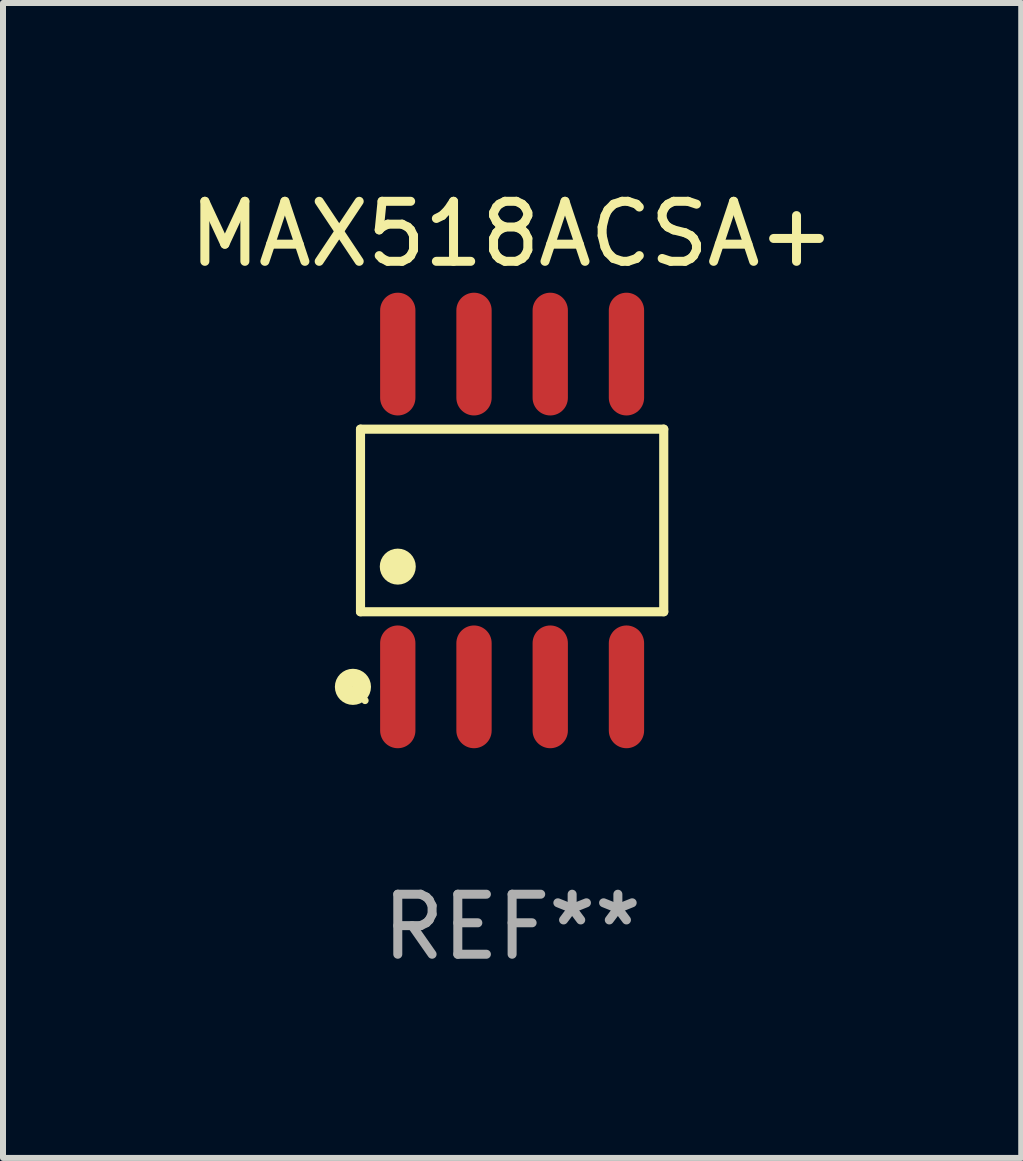
<source format=kicad_pcb>
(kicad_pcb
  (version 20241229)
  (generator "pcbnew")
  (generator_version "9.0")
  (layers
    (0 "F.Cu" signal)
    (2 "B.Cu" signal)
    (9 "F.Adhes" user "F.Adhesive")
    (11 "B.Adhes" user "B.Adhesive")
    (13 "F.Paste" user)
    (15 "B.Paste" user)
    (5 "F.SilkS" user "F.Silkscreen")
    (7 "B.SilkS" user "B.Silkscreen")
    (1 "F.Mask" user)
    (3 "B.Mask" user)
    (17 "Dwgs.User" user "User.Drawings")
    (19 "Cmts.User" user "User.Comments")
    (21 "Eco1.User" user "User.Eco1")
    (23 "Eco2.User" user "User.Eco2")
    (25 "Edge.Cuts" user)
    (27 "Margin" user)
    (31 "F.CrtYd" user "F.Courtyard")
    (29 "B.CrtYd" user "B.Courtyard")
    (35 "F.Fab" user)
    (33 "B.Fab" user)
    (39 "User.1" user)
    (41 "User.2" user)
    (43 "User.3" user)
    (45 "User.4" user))
  (footprint "MAX518ACSA+"
    (layer "F.Cu")
    (at 5.482 5.621)
    (property "Reference" "MAX518ACSA+" (at 0 -4.772 0) (layer "F.SilkS") (effects (font (size 1 1) (thickness 0.15))))
    (attr through_hole)
    (fp_line (start -2.526 -1.521) (end 2.526 -1.521) (stroke (width 0.152) (type solid)) (layer "F.SilkS"))
    (fp_line (start -2.526 1.521) (end -2.526 -1.521) (stroke (width 0.152) (type solid)) (layer "F.SilkS"))
    (fp_line (start 2.526 -1.521) (end 2.526 1.521) (stroke (width 0.152) (type solid)) (layer "F.SilkS"))
    (fp_line (start 2.526 1.521) (end -2.526 1.521) (stroke (width 0.152) (type solid)) (layer "F.SilkS"))
    (fp_circle (center -2.652 2.772) (end -2.501 2.772) (stroke (width 0.3) (type solid)) (fill no) (layer "F.SilkS"))
    (fp_circle (center -2.45 3) (end -2.42 3) (stroke (width 0.06) (type solid)) (fill no) (layer "F.SilkS"))
    (fp_circle (center -1.905 0.769) (end -1.755 0.769) (stroke (width 0.3) (type solid)) (fill no) (layer "F.SilkS"))
    (fp_text user "REF**" (at 0 6.772 0) (layer "F.Fab") (effects (font (size 1 1) (thickness 0.15))))
    (pad "1" smd oval (at -1.905 2.772) (size 0.588 2.045) (layers "F.Cu" "F.Mask" "F.Paste"))
    (pad "2" smd oval (at -0.635 2.772) (size 0.588 2.045) (layers "F.Cu" "F.Mask" "F.Paste"))
    (pad "3" smd oval (at 0.635 2.772) (size 0.588 2.045) (layers "F.Cu" "F.Mask" "F.Paste"))
    (pad "4" smd oval (at 1.905 2.772) (size 0.588 2.045) (layers "F.Cu" "F.Mask" "F.Paste"))
    (pad "5" smd oval (at 1.905 -2.772) (size 0.588 2.045) (layers "F.Cu" "F.Mask" "F.Paste"))
    (pad "6" smd oval (at 0.635 -2.772) (size 0.588 2.045) (layers "F.Cu" "F.Mask" "F.Paste"))
    (pad "7" smd oval (at -0.635 -2.772) (size 0.588 2.045) (layers "F.Cu" "F.Mask" "F.Paste"))
    (pad "8" smd oval (at -1.905 -2.772) (size 0.588 2.045) (layers "F.Cu" "F.Mask" "F.Paste")))
  (gr_rect
    (start -3 -3)
    (end 13.964 16.241)
    (stroke (width 0.1) (type default))
    (fill no)
    (layer "Edge.Cuts")))
</source>
